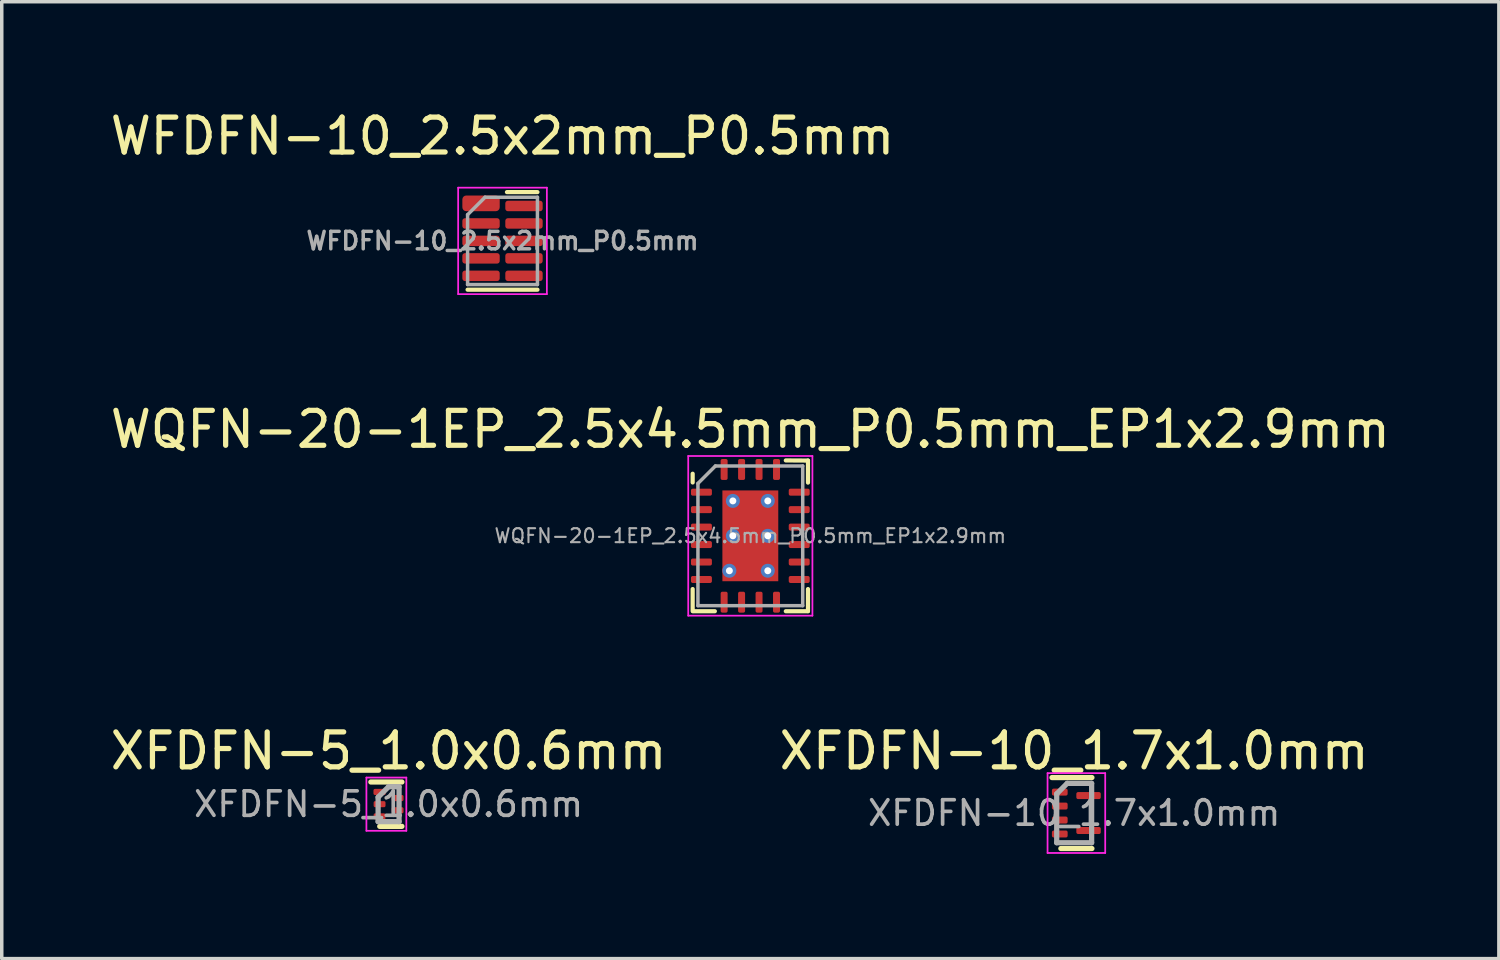
<source format=kicad_pcb>
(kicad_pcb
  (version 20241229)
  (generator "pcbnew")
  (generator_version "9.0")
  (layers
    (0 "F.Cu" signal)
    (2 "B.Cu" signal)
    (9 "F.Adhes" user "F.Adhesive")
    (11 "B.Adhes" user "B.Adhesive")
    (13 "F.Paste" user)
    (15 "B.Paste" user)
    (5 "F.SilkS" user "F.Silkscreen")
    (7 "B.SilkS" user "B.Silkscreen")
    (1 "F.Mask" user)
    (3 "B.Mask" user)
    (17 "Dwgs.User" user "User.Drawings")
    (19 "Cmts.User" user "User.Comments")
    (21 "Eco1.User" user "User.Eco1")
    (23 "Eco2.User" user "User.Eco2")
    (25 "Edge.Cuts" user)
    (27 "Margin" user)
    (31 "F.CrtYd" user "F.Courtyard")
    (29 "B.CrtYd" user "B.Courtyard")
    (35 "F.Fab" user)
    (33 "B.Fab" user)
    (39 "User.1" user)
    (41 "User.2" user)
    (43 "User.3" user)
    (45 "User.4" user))
  (footprint "XFDFN-10_1.7x1.0mm"
    (layer "F.Cu")
    (at 27.708 20.231)
    (property "Reference" "XFDFN-10_1.7x1.0mm" (at 0 -1.778 0) (layer "F.SilkS") (effects (font (size 1 1) (thickness 0.15))))
    (attr smd)
    (fp_line (start -0.635 -1.016) (end 0.508 -1.016) (stroke (width 0.15) (type solid)) (layer "F.SilkS"))
    (fp_line (start -0.381 1.016) (end 0.508 1.016) (stroke (width 0.15) (type solid)) (layer "F.SilkS"))
    (fp_line (start -0.762 -1.143) (end -0.762 1.143) (stroke (width 0.05) (type solid)) (layer "F.CrtYd"))
    (fp_line (start -0.762 -1.143) (end 0.889 -1.143) (stroke (width 0.05) (type solid)) (layer "F.CrtYd"))
    (fp_line (start -0.762 1.143) (end 0.889 1.143) (stroke (width 0.05) (type solid)) (layer "F.CrtYd"))
    (fp_line (start 0.889 -1.143) (end 0.889 1.143) (stroke (width 0.05) (type solid)) (layer "F.CrtYd"))
    (fp_line (start -0.5 -0.55) (end -0.2 -0.85) (stroke (width 0.15) (type solid)) (layer "F.Fab"))
    (fp_line (start -0.5 0.85) (end -0.5 -0.55) (stroke (width 0.15) (type solid)) (layer "F.Fab"))
    (fp_line (start -0.2 -0.85) (end 0.5 -0.85) (stroke (width 0.15) (type solid)) (layer "F.Fab"))
    (fp_line (start 0.5 -0.85) (end 0.5 0.85) (stroke (width 0.15) (type solid)) (layer "F.Fab"))
    (fp_line (start 0.5 0.85) (end -0.5 0.85) (stroke (width 0.15) (type solid)) (layer "F.Fab"))
    (fp_text user "${REFERENCE}" (at 0 0 0) (layer "F.Fab") (effects (font (size 0.7 0.7) (thickness 0.105))))
    (pad "1" smd roundrect (at -0.412 -0.6) (size 0.45 0.2) (layers "F.Cu" "F.Mask" "F.Paste") (roundrect_rratio 0.25))
    (pad "2" smd roundrect (at -0.412 -0.2) (size 0.45 0.2) (layers "F.Cu" "F.Mask" "F.Paste") (roundrect_rratio 0.25))
    (pad "3" smd roundrect (at -0.412 0.2) (size 0.45 0.2) (layers "F.Cu" "F.Mask" "F.Paste") (roundrect_rratio 0.25))
    (pad "4" smd roundrect (at -0.412 0.6) (size 0.45 0.2) (layers "F.Cu" "F.Mask" "F.Paste") (roundrect_rratio 0.25))
    (pad "5" smd roundrect (at 0.412 0.5) (size 0.7 0.2) (layers "F.Cu" "F.Mask" "F.Paste") (roundrect_rratio 0.25))
    (pad "6" smd roundrect (at 0.412 -0.5) (size 0.7 0.2) (layers "F.Cu" "F.Mask" "F.Paste") (roundrect_rratio 0.25)))
  (footprint "WQFN-20-1EP_2.5x4.5mm_P0.5mm_EP1x2.9mm"
    (layer "F.Cu")
    (at 18.435 12.293)
    (property "Reference" "WQFN-20-1EP_2.5x4.5mm_P0.5mm_EP1x2.9mm" (at 0 -3.048 0) (layer "F.SilkS") (effects (font (size 1 1) (thickness 0.15))))
    (attr smd)
    (fp_line (start -1.651 -1.778) (end -1.651 -1.528) (stroke (width 0.12) (type solid)) (layer "F.SilkS"))
    (fp_line (start -1.651 2.155) (end -1.651 1.524) (stroke (width 0.12) (type solid)) (layer "F.SilkS"))
    (fp_line (start -1.016 2.159) (end -1.639 2.159) (stroke (width 0.12) (type solid)) (layer "F.SilkS"))
    (fp_line (start 1.016 -2.159) (end 1.651 -2.155) (stroke (width 0.12) (type solid)) (layer "F.SilkS"))
    (fp_line (start 1.016 2.159) (end 1.651 2.159) (stroke (width 0.12) (type solid)) (layer "F.SilkS"))
    (fp_line (start 1.651 -2.155) (end 1.651 -1.524) (stroke (width 0.12) (type solid)) (layer "F.SilkS"))
    (fp_line (start 1.651 2.155) (end 1.651 1.524) (stroke (width 0.12) (type solid)) (layer "F.SilkS"))
    (fp_line (start -1.778 -2.286) (end -1.778 2.286) (stroke (width 0.05) (type solid)) (layer "F.CrtYd"))
    (fp_line (start -1.778 -2.286) (end 1.778 -2.286) (stroke (width 0.05) (type solid)) (layer "F.CrtYd"))
    (fp_line (start -1.778 2.286) (end 1.778 2.286) (stroke (width 0.05) (type solid)) (layer "F.CrtYd"))
    (fp_line (start 1.778 -2.286) (end 1.778 2.286) (stroke (width 0.05) (type solid)) (layer "F.CrtYd"))
    (fp_line (start -1.5 -1.5) (end -1.5 2) (stroke (width 0.1) (type solid)) (layer "F.Fab"))
    (fp_line (start -1.5 -1.5) (end -1 -2) (stroke (width 0.1) (type solid)) (layer "F.Fab"))
    (fp_line (start -1.5 2) (end 1.5 2) (stroke (width 0.1) (type solid)) (layer "F.Fab"))
    (fp_line (start 1.5 -2) (end -1 -2) (stroke (width 0.1) (type solid)) (layer "F.Fab"))
    (fp_line (start 1.5 -2) (end 1.5 2) (stroke (width 0.1) (type solid)) (layer "F.Fab"))
    (fp_text user "${REFERENCE}" (at 0 0 0) (layer "F.Fab") (effects (font (size 0.4 0.4) (thickness 0.06))))
    (pad "" smd rect (at 0 -0.95) (size 1.4 0.6) (layers "F.Paste"))
    (pad "" smd rect (at 0 0) (size 1.4 0.8) (layers "F.Paste"))
    (pad "" smd rect (at 0 0.95) (size 1.4 0.6) (layers "F.Paste"))
    (pad "1" smd roundrect (at -1.4 -1.25) (size 0.6 0.2) (layers "F.Cu" "F.Mask" "F.Paste") (roundrect_rratio 0.25))
    (pad "2" smd roundrect (at -1.4 -0.75) (size 0.6 0.2) (layers "F.Cu" "F.Mask" "F.Paste") (roundrect_rratio 0.25))
    (pad "3" smd roundrect (at -1.4 -0.25) (size 0.6 0.2) (layers "F.Cu" "F.Mask" "F.Paste") (roundrect_rratio 0.25))
    (pad "4" smd roundrect (at -1.4 0.25) (size 0.6 0.2) (layers "F.Cu" "F.Mask" "F.Paste") (roundrect_rratio 0.25))
    (pad "5" smd roundrect (at -1.4 0.75) (size 0.6 0.2) (layers "F.Cu" "F.Mask" "F.Paste") (roundrect_rratio 0.25))
    (pad "6" smd roundrect (at -1.4 1.25) (size 0.6 0.2) (layers "F.Cu" "F.Mask" "F.Paste") (roundrect_rratio 0.25))
    (pad "7" smd roundrect (at -0.75 1.9) (size 0.2 0.6) (layers "F.Cu" "F.Mask" "F.Paste") (roundrect_rratio 0.25))
    (pad "8" smd roundrect (at -0.25 1.9) (size 0.2 0.6) (layers "F.Cu" "F.Mask" "F.Paste") (roundrect_rratio 0.25))
    (pad "9" smd roundrect (at 0.25 1.9) (size 0.2 0.6) (layers "F.Cu" "F.Mask" "F.Paste") (roundrect_rratio 0.25))
    (pad "10" smd roundrect (at 0.75 1.9) (size 0.2 0.6) (layers "F.Cu" "F.Mask" "F.Paste") (roundrect_rratio 0.25))
    (pad "11" smd roundrect (at 1.4 1.25) (size 0.6 0.2) (layers "F.Cu" "F.Mask" "F.Paste") (roundrect_rratio 0.25))
    (pad "12" smd roundrect (at 1.4 0.75) (size 0.6 0.2) (layers "F.Cu" "F.Mask" "F.Paste") (roundrect_rratio 0.25))
    (pad "13" smd roundrect (at 1.4 0.25) (size 0.6 0.2) (layers "F.Cu" "F.Mask" "F.Paste") (roundrect_rratio 0.25))
    (pad "14" smd roundrect (at 1.4 -0.25) (size 0.6 0.2) (layers "F.Cu" "F.Mask" "F.Paste") (roundrect_rratio 0.25))
    (pad "15" smd roundrect (at 1.4 -0.75) (size 0.6 0.2) (layers "F.Cu" "F.Mask" "F.Paste") (roundrect_rratio 0.25))
    (pad "16" smd roundrect (at 1.4 -1.25) (size 0.6 0.2) (layers "F.Cu" "F.Mask" "F.Paste") (roundrect_rratio 0.25))
    (pad "17" smd roundrect (at 0.75 -1.9) (size 0.2 0.6) (layers "F.Cu" "F.Mask" "F.Paste") (roundrect_rratio 0.25))
    (pad "18" smd roundrect (at 0.25 -1.9) (size 0.2 0.6) (layers "F.Cu" "F.Mask" "F.Paste") (roundrect_rratio 0.25))
    (pad "19" smd roundrect (at -0.25 -1.9) (size 0.2 0.6) (layers "F.Cu" "F.Mask" "F.Paste") (roundrect_rratio 0.25))
    (pad "20" smd roundrect (at -0.75 -1.9) (size 0.2 0.6) (layers "F.Cu" "F.Mask" "F.Paste") (roundrect_rratio 0.25))
    (pad "21" thru_hole circle (at -0.6 1) (size 0.4 0.4) (drill 0.2) (layers "*.Cu" "*.Mask"))
    (pad "21" thru_hole circle (at -0.5 -1) (size 0.4 0.4) (drill 0.2) (layers "*.Cu" "*.Mask"))
    (pad "21" thru_hole circle (at -0.5 0) (size 0.4 0.4) (drill 0.2) (layers "*.Cu" "*.Mask"))
    (pad "21" smd rect (at 0 0) (size 1.6 2.6) (layers "F.Cu" "F.Mask"))
    (pad "21" thru_hole circle (at 0.5 -1) (size 0.4 0.4) (drill 0.2) (layers "*.Cu" "*.Mask"))
    (pad "21" thru_hole circle (at 0.5 0) (size 0.4 0.4) (drill 0.2) (layers "*.Cu" "*.Mask"))
    (pad "21" thru_hole circle (at 0.5 1) (size 0.4 0.4) (drill 0.2) (layers "*.Cu" "*.Mask")))
  (footprint "WFDFN-10_2.5x2mm_P0.5mm"
    (layer "F.Cu")
    (at 11.339 3.848)
    (property "Reference" "WFDFN-10_2.5x2mm_P0.5mm" (at 0 -3 0) (layer "F.SilkS") (effects (font (size 1 1) (thickness 0.15))))
    (attr smd)
    (fp_rect (start -0.25 -0.15) (end 0.3 0.15) (stroke (width 0) (type solid)) (fill yes) (layer "F.Mask"))
    (fp_line (start -1 1.397) (end 1 1.397) (stroke (width 0.12) (type solid)) (layer "F.SilkS"))
    (fp_line (start 0.127 -1.397) (end 1 -1.397) (stroke (width 0.12) (type solid)) (layer "F.SilkS"))
    (fp_rect (start -0.25 -0.15) (end 0.3 0.15) (stroke (width 0) (type solid)) (fill yes) (layer "F.Paste"))
    (fp_line (start -1.27 -1.524) (end -1.27 1.524) (stroke (width 0.05) (type solid)) (layer "F.CrtYd"))
    (fp_line (start -1.27 -1.524) (end 1.27 -1.524) (stroke (width 0.05) (type solid)) (layer "F.CrtYd"))
    (fp_line (start -1.27 1.524) (end 1.27 1.524) (stroke (width 0.05) (type solid)) (layer "F.CrtYd"))
    (fp_line (start 1.27 -1.524) (end 1.27 1.524) (stroke (width 0.05) (type solid)) (layer "F.CrtYd"))
    (fp_line (start -1 -0.75) (end -0.5 -1.25) (stroke (width 0.1) (type solid)) (layer "F.Fab"))
    (fp_line (start -1 1.25) (end -1 -0.75) (stroke (width 0.1) (type solid)) (layer "F.Fab"))
    (fp_line (start -0.5 -1.25) (end 1 -1.25) (stroke (width 0.1) (type solid)) (layer "F.Fab"))
    (fp_line (start 1 -1.25) (end 1 1.25) (stroke (width 0.1) (type solid)) (layer "F.Fab"))
    (fp_line (start 1 1.25) (end -1 1.25) (stroke (width 0.1) (type solid)) (layer "F.Fab"))
    (fp_text user "${REFERENCE}" (at 0 0 0) (layer "F.Fab") (effects (font (size 0.5 0.5) (thickness 0.1))))
    (pad "1" smd roundrect (at -0.615 -1.075) (size 1.07 0.45) (layers "F.Cu" "F.Mask" "F.Paste") (roundrect_rratio 0.25))
    (pad "2" smd roundrect (at -0.615 -0.5) (size 1.07 0.3) (layers "F.Cu" "F.Mask" "F.Paste") (roundrect_rratio 0.25))
    (pad "3" smd roundrect (at -0.615 0) (size 1.07 0.3) (layers "F.Cu" "F.Mask" "F.Paste") (roundrect_rratio 0.25))
    (pad "4" smd roundrect (at -0.615 0.5) (size 1.07 0.3) (layers "F.Cu" "F.Mask" "F.Paste") (roundrect_rratio 0.25))
    (pad "5" smd roundrect (at -0.615 1) (size 1.07 0.3) (layers "F.Cu" "F.Mask" "F.Paste") (roundrect_rratio 0.25))
    (pad "6" smd roundrect (at 0.615 1) (size 1.07 0.3) (layers "F.Cu" "F.Mask" "F.Paste") (roundrect_rratio 0.25))
    (pad "7" smd roundrect (at 0.615 0.5) (size 1.07 0.3) (layers "F.Cu" "F.Mask" "F.Paste") (roundrect_rratio 0.25))
    (pad "8" smd roundrect (at 0.615 0) (size 1.07 0.3) (layers "F.Cu" "F.Mask" "F.Paste") (roundrect_rratio 0.25))
    (pad "9" smd roundrect (at 0.615 -0.5) (size 1.07 0.3) (layers "F.Cu" "F.Mask" "F.Paste") (roundrect_rratio 0.25))
    (pad "10" smd roundrect (at 0.615 -1) (size 1.07 0.3) (layers "F.Cu" "F.Mask" "F.Paste") (roundrect_rratio 0.25)))
  (footprint "XFDFN-5_1.0x0.6mm"
    (layer "F.Cu")
    (at 8.077 19.977)
    (property "Reference" "XFDFN-5_1.0x0.6mm" (at 0 -1.524 0) (layer "F.SilkS") (effects (font (size 1 1) (thickness 0.15))))
    (attr smd)
    (fp_line (start -0.508 -0.635) (end 0.381 -0.635) (stroke (width 0.15) (type solid)) (layer "F.SilkS"))
    (fp_line (start -0.254 0.635) (end 0.381 0.635) (stroke (width 0.15) (type solid)) (layer "F.SilkS"))
    (fp_line (start -0.635 -0.762) (end -0.635 0.762) (stroke (width 0.05) (type solid)) (layer "F.CrtYd"))
    (fp_line (start -0.635 -0.762) (end 0.508 -0.762) (stroke (width 0.05) (type solid)) (layer "F.CrtYd"))
    (fp_line (start -0.635 0.762) (end 0.508 0.762) (stroke (width 0.05) (type solid)) (layer "F.CrtYd"))
    (fp_line (start 0.508 -0.762) (end 0.508 0.762) (stroke (width 0.05) (type solid)) (layer "F.CrtYd"))
    (fp_line (start -0.3 -0.2) (end 0 -0.5) (stroke (width 0.15) (type solid)) (layer "F.Fab"))
    (fp_line (start -0.3 0.5) (end -0.3 -0.2) (stroke (width 0.15) (type solid)) (layer "F.Fab"))
    (fp_line (start 0 -0.5) (end 0.3 -0.5) (stroke (width 0.15) (type solid)) (layer "F.Fab"))
    (fp_line (start 0.3 -0.5) (end 0.3 0.5) (stroke (width 0.15) (type solid)) (layer "F.Fab"))
    (fp_line (start 0.3 0.5) (end -0.3 0.5) (stroke (width 0.15) (type solid)) (layer "F.Fab"))
    (fp_text user "${REFERENCE}" (at 0 0 0) (layer "F.Fab") (effects (font (size 0.7 0.7) (thickness 0.105))))
    (pad "1" smd roundrect (at -0.258 -0.35) (size 0.35 0.175) (layers "F.Cu" "F.Mask" "F.Paste") (roundrect_rratio 0.25))
    (pad "2" smd roundrect (at -0.258 0) (size 0.34 0.175) (layers "F.Cu" "F.Mask" "F.Paste") (roundrect_rratio 0.25))
    (pad "3" smd roundrect (at -0.258 0.35) (size 0.34 0.175) (layers "F.Cu" "F.Mask" "F.Paste") (roundrect_rratio 0.25))
    (pad "4" smd roundrect (at 0.258 0.175) (size 0.34 0.175) (layers "F.Cu" "F.Mask" "F.Paste") (roundrect_rratio 0.25))
    (pad "5" smd roundrect (at 0.258 -0.175) (size 0.34 0.175) (layers "F.Cu" "F.Mask" "F.Paste") (roundrect_rratio 0.25)))
  (gr_rect
    (start -3 -3)
    (end 39.869 24.399)
    (stroke (width 0.1) (type default))
    (fill no)
    (layer "Edge.Cuts")))
</source>
